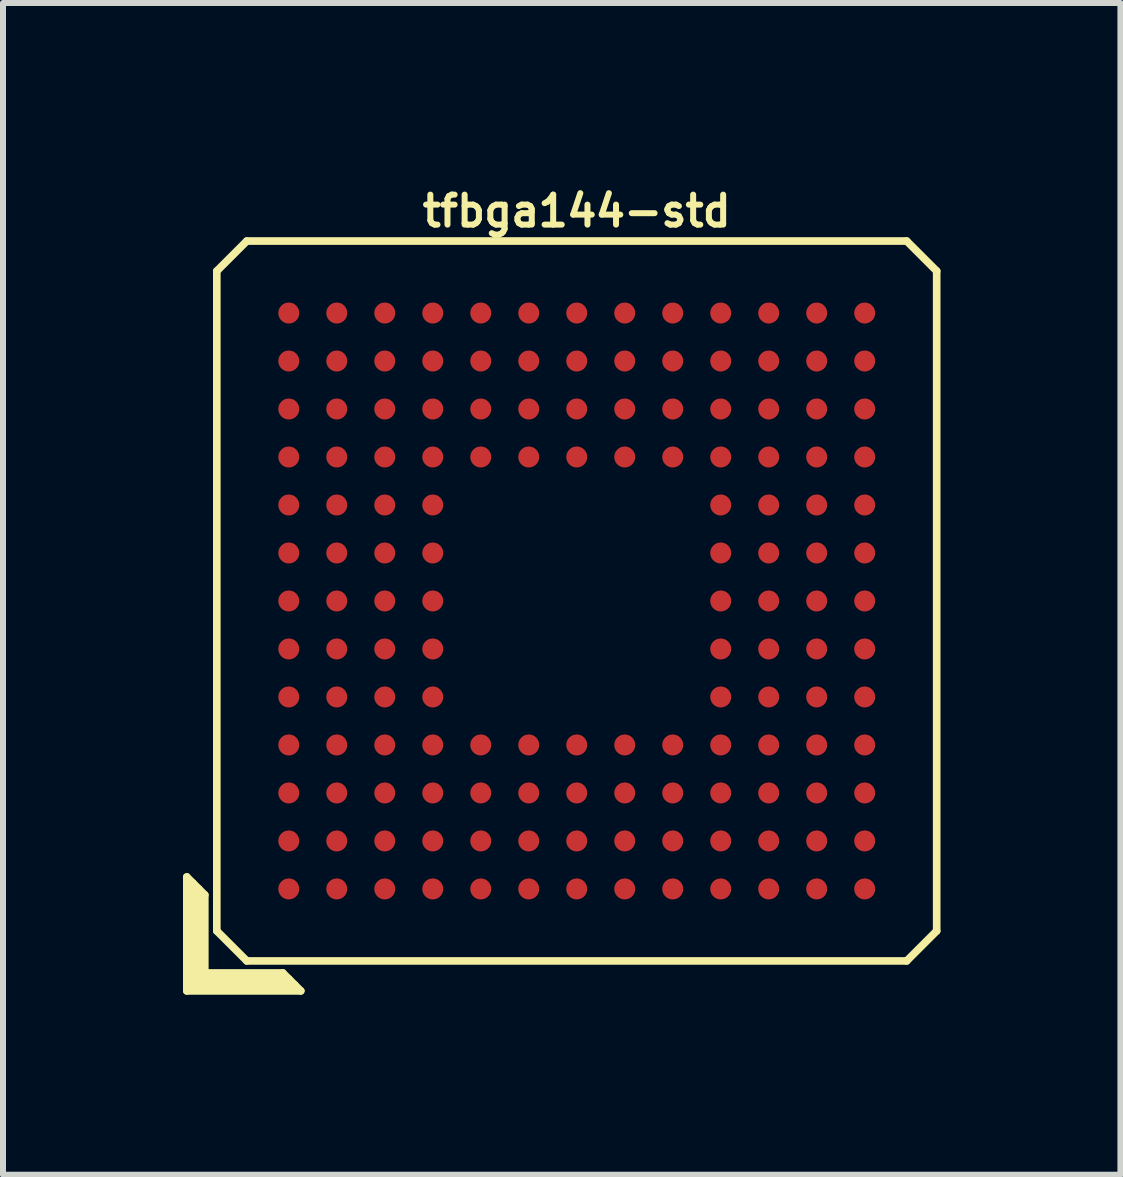
<source format=kicad_pcb>
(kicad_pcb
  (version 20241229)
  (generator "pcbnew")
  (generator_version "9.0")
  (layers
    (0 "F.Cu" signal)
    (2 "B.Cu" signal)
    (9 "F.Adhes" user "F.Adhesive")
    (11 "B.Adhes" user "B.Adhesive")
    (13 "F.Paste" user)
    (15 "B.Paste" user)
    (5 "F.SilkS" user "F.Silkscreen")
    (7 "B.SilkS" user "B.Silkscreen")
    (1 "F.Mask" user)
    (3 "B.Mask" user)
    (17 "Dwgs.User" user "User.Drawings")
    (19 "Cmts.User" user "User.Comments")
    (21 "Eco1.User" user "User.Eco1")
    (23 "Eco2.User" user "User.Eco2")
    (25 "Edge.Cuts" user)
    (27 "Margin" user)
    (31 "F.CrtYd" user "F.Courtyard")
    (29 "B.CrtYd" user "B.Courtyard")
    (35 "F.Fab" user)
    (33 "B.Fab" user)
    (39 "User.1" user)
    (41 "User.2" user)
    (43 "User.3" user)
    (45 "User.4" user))
  (footprint "tfbga144-std"
    (layer "F.Cu")
    (at 6.564 6.968)
    (property "Reference" "tfbga144-std" (at 0 -6.5 0) (layer "F.SilkS") (effects (font (size 0.5 0.5) (thickness 0.1))))
    (attr smd)
    (fp_line (start -6.5 4.6) (end -6.2 4.9) (stroke (width 0.127) (type solid)) (layer "F.SilkS"))
    (fp_line (start -6.5 6.5) (end -6.5 4.6) (stroke (width 0.127) (type solid)) (layer "F.SilkS"))
    (fp_line (start -6.4 6.4) (end -6.4 4.7) (stroke (width 0.127) (type solid)) (layer "F.SilkS"))
    (fp_line (start -6.3 4.8) (end -6.3 6.3) (stroke (width 0.127) (type solid)) (layer "F.SilkS"))
    (fp_line (start -6.3 6.3) (end -4.8 6.3) (stroke (width 0.127) (type solid)) (layer "F.SilkS"))
    (fp_line (start -6.2 4.9) (end -6.2 6.2) (stroke (width 0.127) (type solid)) (layer "F.SilkS"))
    (fp_line (start -6.2 6.2) (end -4.9 6.2) (stroke (width 0.127) (type solid)) (layer "F.SilkS"))
    (fp_line (start -6 -5.5) (end -5.5 -6) (stroke (width 0.127) (type solid)) (layer "F.SilkS"))
    (fp_line (start -6 5.5) (end -6 -5.5) (stroke (width 0.127) (type solid)) (layer "F.SilkS"))
    (fp_line (start -5.5 -6) (end 5.5 -6) (stroke (width 0.127) (type solid)) (layer "F.SilkS"))
    (fp_line (start -5.5 6) (end -6 5.5) (stroke (width 0.127) (type solid)) (layer "F.SilkS"))
    (fp_line (start -4.9 6.2) (end -4.6 6.5) (stroke (width 0.127) (type solid)) (layer "F.SilkS"))
    (fp_line (start -4.7 6.4) (end -6.4 6.4) (stroke (width 0.127) (type solid)) (layer "F.SilkS"))
    (fp_line (start -4.6 6.5) (end -6.5 6.5) (stroke (width 0.127) (type solid)) (layer "F.SilkS"))
    (fp_line (start 5.5 -6) (end 6 -5.5) (stroke (width 0.127) (type solid)) (layer "F.SilkS"))
    (fp_line (start 5.5 6) (end -5.5 6) (stroke (width 0.127) (type solid)) (layer "F.SilkS"))
    (fp_line (start 6 -5.5) (end 6 5.5) (stroke (width 0.127) (type solid)) (layer "F.SilkS"))
    (fp_line (start 6 5.5) (end 5.5 6) (stroke (width 0.127) (type solid)) (layer "F.SilkS"))
    (pad "A1" smd circle (at -4.8 4.8) (size 0.35 0.35) (layers "F.Cu" "F.Mask" "F.Paste"))
    (pad "A2" smd circle (at -4.8 4) (size 0.35 0.35) (layers "F.Cu" "F.Mask" "F.Paste"))
    (pad "A3" smd circle (at -4.8 3.2) (size 0.35 0.35) (layers "F.Cu" "F.Mask" "F.Paste"))
    (pad "A4" smd circle (at -4.8 2.4) (size 0.35 0.35) (layers "F.Cu" "F.Mask" "F.Paste"))
    (pad "A5" smd circle (at -4.8 1.6) (size 0.35 0.35) (layers "F.Cu" "F.Mask" "F.Paste"))
    (pad "A6" smd circle (at -4.8 0.8) (size 0.35 0.35) (layers "F.Cu" "F.Mask" "F.Paste"))
    (pad "A7" smd circle (at -4.8 0) (size 0.35 0.35) (layers "F.Cu" "F.Mask" "F.Paste"))
    (pad "A8" smd circle (at -4.8 -0.8) (size 0.35 0.35) (layers "F.Cu" "F.Mask" "F.Paste"))
    (pad "A9" smd circle (at -4.8 -1.6) (size 0.35 0.35) (layers "F.Cu" "F.Mask" "F.Paste"))
    (pad "A10" smd circle (at -4.8 -2.4) (size 0.35 0.35) (layers "F.Cu" "F.Mask" "F.Paste"))
    (pad "A11" smd circle (at -4.8 -3.2) (size 0.35 0.35) (layers "F.Cu" "F.Mask" "F.Paste"))
    (pad "A12" smd circle (at -4.8 -4) (size 0.35 0.35) (layers "F.Cu" "F.Mask" "F.Paste"))
    (pad "A13" smd circle (at -4.8 -4.8) (size 0.35 0.35) (layers "F.Cu" "F.Mask" "F.Paste"))
    (pad "B1" smd circle (at -4 4.8) (size 0.35 0.35) (layers "F.Cu" "F.Mask" "F.Paste"))
    (pad "B2" smd circle (at -4 4) (size 0.35 0.35) (layers "F.Cu" "F.Mask" "F.Paste"))
    (pad "B3" smd circle (at -4 3.2) (size 0.35 0.35) (layers "F.Cu" "F.Mask" "F.Paste"))
    (pad "B4" smd circle (at -4 2.4) (size 0.35 0.35) (layers "F.Cu" "F.Mask" "F.Paste"))
    (pad "B5" smd circle (at -4 1.6) (size 0.35 0.35) (layers "F.Cu" "F.Mask" "F.Paste"))
    (pad "B6" smd circle (at -4 0.8) (size 0.35 0.35) (layers "F.Cu" "F.Mask" "F.Paste"))
    (pad "B7" smd circle (at -4 0) (size 0.35 0.35) (layers "F.Cu" "F.Mask" "F.Paste"))
    (pad "B8" smd circle (at -4 -0.8) (size 0.35 0.35) (layers "F.Cu" "F.Mask" "F.Paste"))
    (pad "B9" smd circle (at -4 -1.6) (size 0.35 0.35) (layers "F.Cu" "F.Mask" "F.Paste"))
    (pad "B10" smd circle (at -4 -2.4) (size 0.35 0.35) (layers "F.Cu" "F.Mask" "F.Paste"))
    (pad "B11" smd circle (at -4 -3.2) (size 0.35 0.35) (layers "F.Cu" "F.Mask" "F.Paste"))
    (pad "B12" smd circle (at -4 -4) (size 0.35 0.35) (layers "F.Cu" "F.Mask" "F.Paste"))
    (pad "B13" smd circle (at -4 -4.8) (size 0.35 0.35) (layers "F.Cu" "F.Mask" "F.Paste"))
    (pad "C1" smd circle (at -3.2 4.8) (size 0.35 0.35) (layers "F.Cu" "F.Mask" "F.Paste"))
    (pad "C2" smd circle (at -3.2 4) (size 0.35 0.35) (layers "F.Cu" "F.Mask" "F.Paste"))
    (pad "C3" smd circle (at -3.2 3.2) (size 0.35 0.35) (layers "F.Cu" "F.Mask" "F.Paste"))
    (pad "C4" smd circle (at -3.2 2.4) (size 0.35 0.35) (layers "F.Cu" "F.Mask" "F.Paste"))
    (pad "C5" smd circle (at -3.2 1.6) (size 0.35 0.35) (layers "F.Cu" "F.Mask" "F.Paste"))
    (pad "C6" smd circle (at -3.2 0.8) (size 0.35 0.35) (layers "F.Cu" "F.Mask" "F.Paste"))
    (pad "C7" smd circle (at -3.2 0) (size 0.35 0.35) (layers "F.Cu" "F.Mask" "F.Paste"))
    (pad "C8" smd circle (at -3.2 -0.8) (size 0.35 0.35) (layers "F.Cu" "F.Mask" "F.Paste"))
    (pad "C9" smd circle (at -3.2 -1.6) (size 0.35 0.35) (layers "F.Cu" "F.Mask" "F.Paste"))
    (pad "C10" smd circle (at -3.2 -2.4) (size 0.35 0.35) (layers "F.Cu" "F.Mask" "F.Paste"))
    (pad "C11" smd circle (at -3.2 -3.2) (size 0.35 0.35) (layers "F.Cu" "F.Mask" "F.Paste"))
    (pad "C12" smd circle (at -3.2 -4) (size 0.35 0.35) (layers "F.Cu" "F.Mask" "F.Paste"))
    (pad "C13" smd circle (at -3.2 -4.8) (size 0.35 0.35) (layers "F.Cu" "F.Mask" "F.Paste"))
    (pad "D1" smd circle (at -2.4 4.8) (size 0.35 0.35) (layers "F.Cu" "F.Mask" "F.Paste"))
    (pad "D2" smd circle (at -2.4 4) (size 0.35 0.35) (layers "F.Cu" "F.Mask" "F.Paste"))
    (pad "D3" smd circle (at -2.4 3.2) (size 0.35 0.35) (layers "F.Cu" "F.Mask" "F.Paste"))
    (pad "D4" smd circle (at -2.4 2.4) (size 0.35 0.35) (layers "F.Cu" "F.Mask" "F.Paste"))
    (pad "D5" smd circle (at -2.4 1.6) (size 0.35 0.35) (layers "F.Cu" "F.Mask" "F.Paste"))
    (pad "D6" smd circle (at -2.4 0.8) (size 0.35 0.35) (layers "F.Cu" "F.Mask" "F.Paste"))
    (pad "D7" smd circle (at -2.4 0) (size 0.35 0.35) (layers "F.Cu" "F.Mask" "F.Paste"))
    (pad "D8" smd circle (at -2.4 -0.8) (size 0.35 0.35) (layers "F.Cu" "F.Mask" "F.Paste"))
    (pad "D9" smd circle (at -2.4 -1.6) (size 0.35 0.35) (layers "F.Cu" "F.Mask" "F.Paste"))
    (pad "D10" smd circle (at -2.4 -2.4) (size 0.35 0.35) (layers "F.Cu" "F.Mask" "F.Paste"))
    (pad "D11" smd circle (at -2.4 -3.2) (size 0.35 0.35) (layers "F.Cu" "F.Mask" "F.Paste"))
    (pad "D12" smd circle (at -2.4 -4) (size 0.35 0.35) (layers "F.Cu" "F.Mask" "F.Paste"))
    (pad "D13" smd circle (at -2.4 -4.8) (size 0.35 0.35) (layers "F.Cu" "F.Mask" "F.Paste"))
    (pad "E1" smd circle (at -1.6 4.8) (size 0.35 0.35) (layers "F.Cu" "F.Mask" "F.Paste"))
    (pad "E2" smd circle (at -1.6 4) (size 0.35 0.35) (layers "F.Cu" "F.Mask" "F.Paste"))
    (pad "E3" smd circle (at -1.6 3.2) (size 0.35 0.35) (layers "F.Cu" "F.Mask" "F.Paste"))
    (pad "E4" smd circle (at -1.6 2.4) (size 0.35 0.35) (layers "F.Cu" "F.Mask" "F.Paste"))
    (pad "E10" smd circle (at -1.6 -2.4) (size 0.35 0.35) (layers "F.Cu" "F.Mask" "F.Paste"))
    (pad "E11" smd circle (at -1.6 -3.2) (size 0.35 0.35) (layers "F.Cu" "F.Mask" "F.Paste"))
    (pad "E12" smd circle (at -1.6 -4) (size 0.35 0.35) (layers "F.Cu" "F.Mask" "F.Paste"))
    (pad "E13" smd circle (at -1.6 -4.8) (size 0.35 0.35) (layers "F.Cu" "F.Mask" "F.Paste"))
    (pad "F1" smd circle (at -0.8 4.8) (size 0.35 0.35) (layers "F.Cu" "F.Mask" "F.Paste"))
    (pad "F2" smd circle (at -0.8 4) (size 0.35 0.35) (layers "F.Cu" "F.Mask" "F.Paste"))
    (pad "F3" smd circle (at -0.8 3.2) (size 0.35 0.35) (layers "F.Cu" "F.Mask" "F.Paste"))
    (pad "F4" smd circle (at -0.8 2.4) (size 0.35 0.35) (layers "F.Cu" "F.Mask" "F.Paste"))
    (pad "F10" smd circle (at -0.8 -2.4) (size 0.35 0.35) (layers "F.Cu" "F.Mask" "F.Paste"))
    (pad "F11" smd circle (at -0.8 -3.2) (size 0.35 0.35) (layers "F.Cu" "F.Mask" "F.Paste"))
    (pad "F12" smd circle (at -0.8 -4) (size 0.35 0.35) (layers "F.Cu" "F.Mask" "F.Paste"))
    (pad "F13" smd circle (at -0.8 -4.8) (size 0.35 0.35) (layers "F.Cu" "F.Mask" "F.Paste"))
    (pad "G1" smd circle (at 0 4.8) (size 0.35 0.35) (layers "F.Cu" "F.Mask" "F.Paste"))
    (pad "G2" smd circle (at 0 4) (size 0.35 0.35) (layers "F.Cu" "F.Mask" "F.Paste"))
    (pad "G3" smd circle (at 0 3.2) (size 0.35 0.35) (layers "F.Cu" "F.Mask" "F.Paste"))
    (pad "G4" smd circle (at 0 2.4) (size 0.35 0.35) (layers "F.Cu" "F.Mask" "F.Paste"))
    (pad "G10" smd circle (at 0 -2.4) (size 0.35 0.35) (layers "F.Cu" "F.Mask" "F.Paste"))
    (pad "G11" smd circle (at 0 -3.2) (size 0.35 0.35) (layers "F.Cu" "F.Mask" "F.Paste"))
    (pad "G12" smd circle (at 0 -4) (size 0.35 0.35) (layers "F.Cu" "F.Mask" "F.Paste"))
    (pad "G13" smd circle (at 0 -4.8) (size 0.35 0.35) (layers "F.Cu" "F.Mask" "F.Paste"))
    (pad "H1" smd circle (at 0.8 4.8) (size 0.35 0.35) (layers "F.Cu" "F.Mask" "F.Paste"))
    (pad "H2" smd circle (at 0.8 4) (size 0.35 0.35) (layers "F.Cu" "F.Mask" "F.Paste"))
    (pad "H3" smd circle (at 0.8 3.2) (size 0.35 0.35) (layers "F.Cu" "F.Mask" "F.Paste"))
    (pad "H4" smd circle (at 0.8 2.4) (size 0.35 0.35) (layers "F.Cu" "F.Mask" "F.Paste"))
    (pad "H10" smd circle (at 0.8 -2.4) (size 0.35 0.35) (layers "F.Cu" "F.Mask" "F.Paste"))
    (pad "H11" smd circle (at 0.8 -3.2) (size 0.35 0.35) (layers "F.Cu" "F.Mask" "F.Paste"))
    (pad "H12" smd circle (at 0.8 -4) (size 0.35 0.35) (layers "F.Cu" "F.Mask" "F.Paste"))
    (pad "H13" smd circle (at 0.8 -4.8) (size 0.35 0.35) (layers "F.Cu" "F.Mask" "F.Paste"))
    (pad "J1" smd circle (at 1.6 4.8) (size 0.35 0.35) (layers "F.Cu" "F.Mask" "F.Paste"))
    (pad "J2" smd circle (at 1.6 4) (size 0.35 0.35) (layers "F.Cu" "F.Mask" "F.Paste"))
    (pad "J3" smd circle (at 1.6 3.2) (size 0.35 0.35) (layers "F.Cu" "F.Mask" "F.Paste"))
    (pad "J4" smd circle (at 1.6 2.4) (size 0.35 0.35) (layers "F.Cu" "F.Mask" "F.Paste"))
    (pad "J10" smd circle (at 1.6 -2.4) (size 0.35 0.35) (layers "F.Cu" "F.Mask" "F.Paste"))
    (pad "J11" smd circle (at 1.6 -3.2) (size 0.35 0.35) (layers "F.Cu" "F.Mask" "F.Paste"))
    (pad "J12" smd circle (at 1.6 -4) (size 0.35 0.35) (layers "F.Cu" "F.Mask" "F.Paste"))
    (pad "J13" smd circle (at 1.6 -4.8) (size 0.35 0.35) (layers "F.Cu" "F.Mask" "F.Paste"))
    (pad "K1" smd circle (at 2.4 4.8) (size 0.35 0.35) (layers "F.Cu" "F.Mask" "F.Paste"))
    (pad "K2" smd circle (at 2.4 4) (size 0.35 0.35) (layers "F.Cu" "F.Mask" "F.Paste"))
    (pad "K3" smd circle (at 2.4 3.2) (size 0.35 0.35) (layers "F.Cu" "F.Mask" "F.Paste"))
    (pad "K4" smd circle (at 2.4 2.4) (size 0.35 0.35) (layers "F.Cu" "F.Mask" "F.Paste"))
    (pad "K5" smd circle (at 2.4 1.6) (size 0.35 0.35) (layers "F.Cu" "F.Mask" "F.Paste"))
    (pad "K6" smd circle (at 2.4 0.8) (size 0.35 0.35) (layers "F.Cu" "F.Mask" "F.Paste"))
    (pad "K7" smd circle (at 2.4 0) (size 0.35 0.35) (layers "F.Cu" "F.Mask" "F.Paste"))
    (pad "K8" smd circle (at 2.4 -0.8) (size 0.35 0.35) (layers "F.Cu" "F.Mask" "F.Paste"))
    (pad "K9" smd circle (at 2.4 -1.6) (size 0.35 0.35) (layers "F.Cu" "F.Mask" "F.Paste"))
    (pad "K10" smd circle (at 2.4 -2.4) (size 0.35 0.35) (layers "F.Cu" "F.Mask" "F.Paste"))
    (pad "K11" smd circle (at 2.4 -3.2) (size 0.35 0.35) (layers "F.Cu" "F.Mask" "F.Paste"))
    (pad "K12" smd circle (at 2.4 -4) (size 0.35 0.35) (layers "F.Cu" "F.Mask" "F.Paste"))
    (pad "K13" smd circle (at 2.4 -4.8) (size 0.35 0.35) (layers "F.Cu" "F.Mask" "F.Paste"))
    (pad "L1" smd circle (at 3.2 4.8) (size 0.35 0.35) (layers "F.Cu" "F.Mask" "F.Paste"))
    (pad "L2" smd circle (at 3.2 4) (size 0.35 0.35) (layers "F.Cu" "F.Mask" "F.Paste"))
    (pad "L3" smd circle (at 3.2 3.2) (size 0.35 0.35) (layers "F.Cu" "F.Mask" "F.Paste"))
    (pad "L4" smd circle (at 3.2 2.4) (size 0.35 0.35) (layers "F.Cu" "F.Mask" "F.Paste"))
    (pad "L5" smd circle (at 3.2 1.6) (size 0.35 0.35) (layers "F.Cu" "F.Mask" "F.Paste"))
    (pad "L6" smd circle (at 3.2 0.8) (size 0.35 0.35) (layers "F.Cu" "F.Mask" "F.Paste"))
    (pad "L7" smd circle (at 3.2 0) (size 0.35 0.35) (layers "F.Cu" "F.Mask" "F.Paste"))
    (pad "L8" smd circle (at 3.2 -0.8) (size 0.35 0.35) (layers "F.Cu" "F.Mask" "F.Paste"))
    (pad "L9" smd circle (at 3.2 -1.6) (size 0.35 0.35) (layers "F.Cu" "F.Mask" "F.Paste"))
    (pad "L10" smd circle (at 3.2 -2.4) (size 0.35 0.35) (layers "F.Cu" "F.Mask" "F.Paste"))
    (pad "L11" smd circle (at 3.2 -3.2) (size 0.35 0.35) (layers "F.Cu" "F.Mask" "F.Paste"))
    (pad "L12" smd circle (at 3.2 -4) (size 0.35 0.35) (layers "F.Cu" "F.Mask" "F.Paste"))
    (pad "L13" smd circle (at 3.2 -4.8) (size 0.35 0.35) (layers "F.Cu" "F.Mask" "F.Paste"))
    (pad "M1" smd circle (at 4 4.8) (size 0.35 0.35) (layers "F.Cu" "F.Mask" "F.Paste"))
    (pad "M2" smd circle (at 4 4) (size 0.35 0.35) (layers "F.Cu" "F.Mask" "F.Paste"))
    (pad "M3" smd circle (at 4 3.2) (size 0.35 0.35) (layers "F.Cu" "F.Mask" "F.Paste"))
    (pad "M4" smd circle (at 4 2.4) (size 0.35 0.35) (layers "F.Cu" "F.Mask" "F.Paste"))
    (pad "M5" smd circle (at 4 1.6) (size 0.35 0.35) (layers "F.Cu" "F.Mask" "F.Paste"))
    (pad "M6" smd circle (at 4 0.8) (size 0.35 0.35) (layers "F.Cu" "F.Mask" "F.Paste"))
    (pad "M7" smd circle (at 4 0) (size 0.35 0.35) (layers "F.Cu" "F.Mask" "F.Paste"))
    (pad "M8" smd circle (at 4 -0.8) (size 0.35 0.35) (layers "F.Cu" "F.Mask" "F.Paste"))
    (pad "M9" smd circle (at 4 -1.6) (size 0.35 0.35) (layers "F.Cu" "F.Mask" "F.Paste"))
    (pad "M10" smd circle (at 4 -2.4) (size 0.35 0.35) (layers "F.Cu" "F.Mask" "F.Paste"))
    (pad "M11" smd circle (at 4 -3.2) (size 0.35 0.35) (layers "F.Cu" "F.Mask" "F.Paste"))
    (pad "M12" smd circle (at 4 -4) (size 0.35 0.35) (layers "F.Cu" "F.Mask" "F.Paste"))
    (pad "M13" smd circle (at 4 -4.8) (size 0.35 0.35) (layers "F.Cu" "F.Mask" "F.Paste"))
    (pad "N1" smd circle (at 4.8 4.8) (size 0.35 0.35) (layers "F.Cu" "F.Mask" "F.Paste"))
    (pad "N2" smd circle (at 4.8 4) (size 0.35 0.35) (layers "F.Cu" "F.Mask" "F.Paste"))
    (pad "N3" smd circle (at 4.8 3.2) (size 0.35 0.35) (layers "F.Cu" "F.Mask" "F.Paste"))
    (pad "N4" smd circle (at 4.8 2.4) (size 0.35 0.35) (layers "F.Cu" "F.Mask" "F.Paste"))
    (pad "N5" smd circle (at 4.8 1.6) (size 0.35 0.35) (layers "F.Cu" "F.Mask" "F.Paste"))
    (pad "N6" smd circle (at 4.8 0.8) (size 0.35 0.35) (layers "F.Cu" "F.Mask" "F.Paste"))
    (pad "N7" smd circle (at 4.8 0) (size 0.35 0.35) (layers "F.Cu" "F.Mask" "F.Paste"))
    (pad "N8" smd circle (at 4.8 -0.8) (size 0.35 0.35) (layers "F.Cu" "F.Mask" "F.Paste"))
    (pad "N9" smd circle (at 4.8 -1.6) (size 0.35 0.35) (layers "F.Cu" "F.Mask" "F.Paste"))
    (pad "N10" smd circle (at 4.8 -2.4) (size 0.35 0.35) (layers "F.Cu" "F.Mask" "F.Paste"))
    (pad "N11" smd circle (at 4.8 -3.2) (size 0.35 0.35) (layers "F.Cu" "F.Mask" "F.Paste"))
    (pad "N12" smd circle (at 4.8 -4) (size 0.35 0.35) (layers "F.Cu" "F.Mask" "F.Paste"))
    (pad "N13" smd circle (at 4.8 -4.8) (size 0.35 0.35) (layers "F.Cu" "F.Mask" "F.Paste")))
  (gr_rect
    (start -3 -3)
    (end 15.627 16.532)
    (stroke (width 0.1) (type default))
    (fill no)
    (layer "Edge.Cuts")))
</source>
